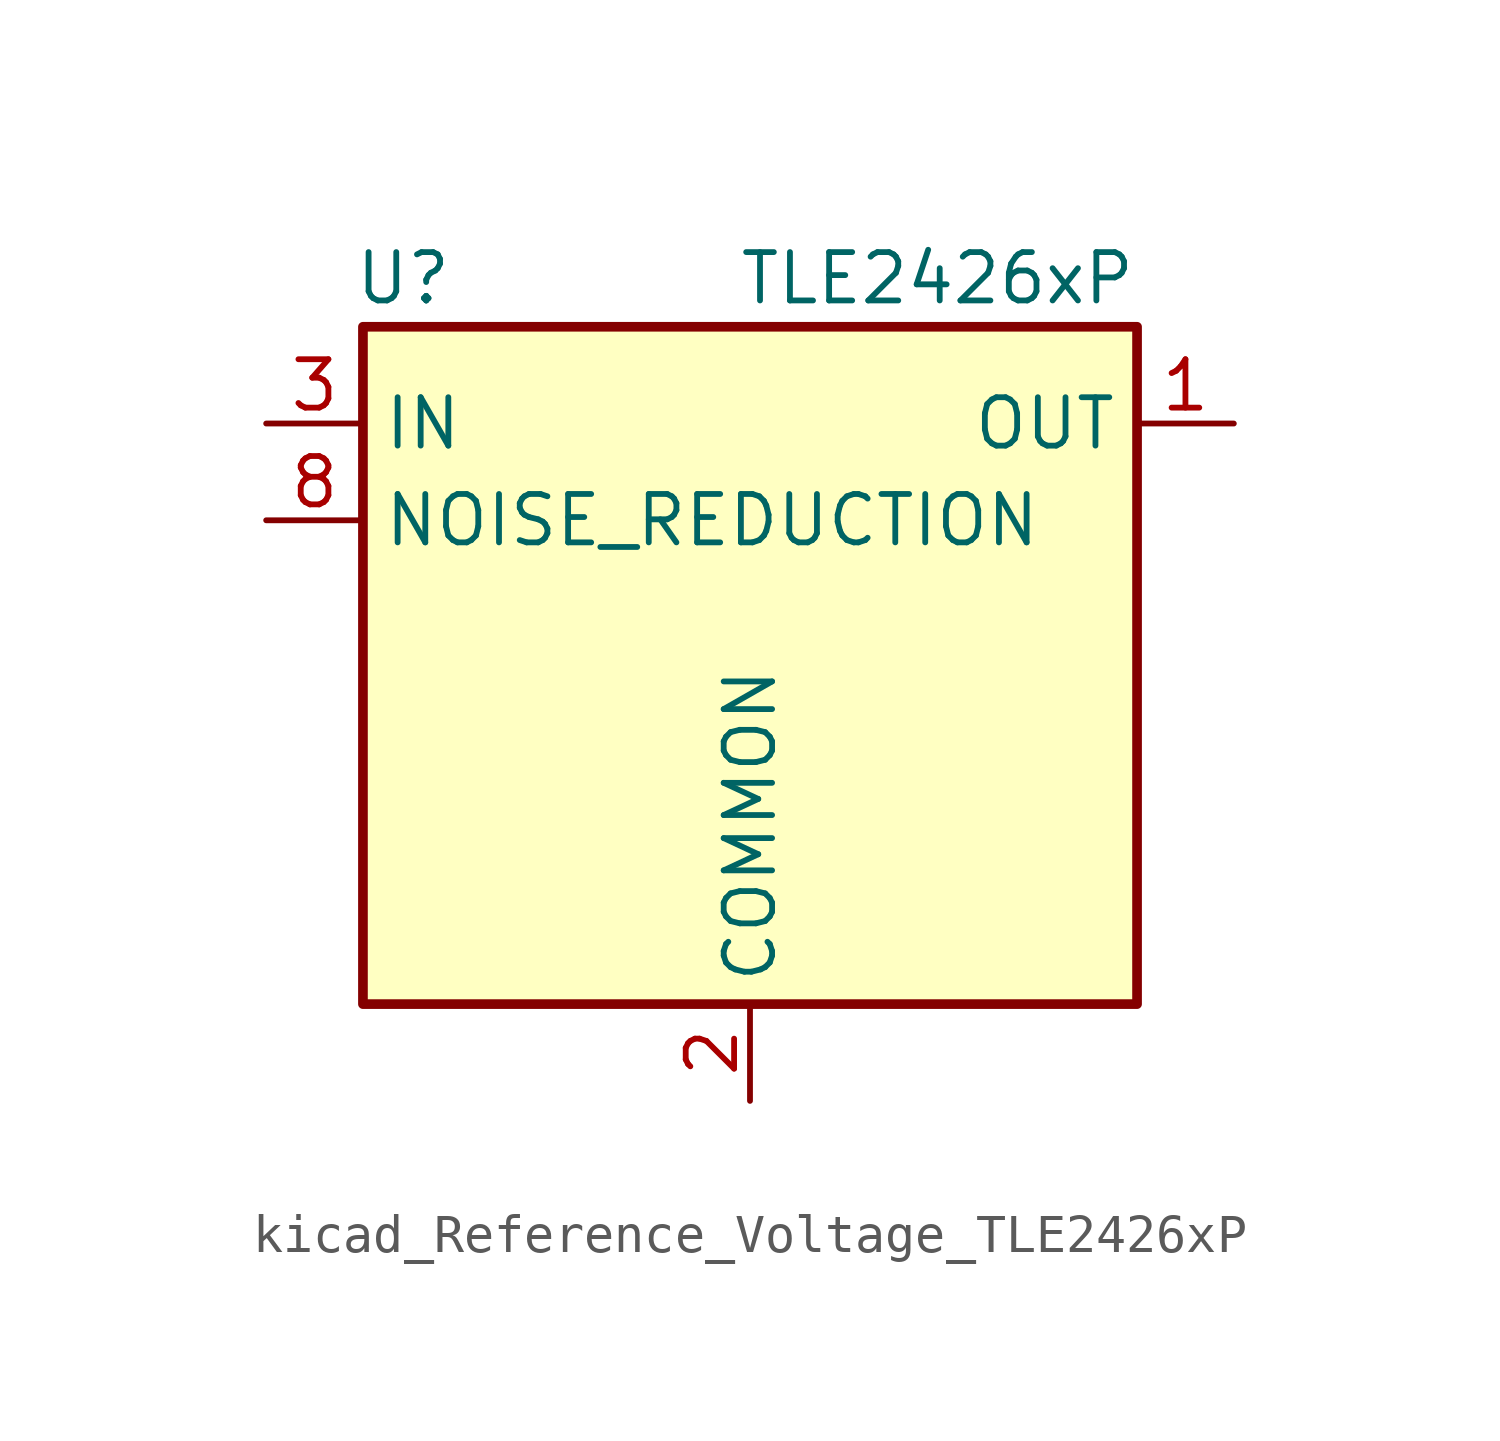
<source format=kicad_sym>
(kicad_symbol_lib
  (version 20220914)
  (generator kicad_symbol_editor)
  (symbol "kicad_Reference_Voltage_TLE2426xP"
    (property "Reference" "U"
      (at -10.414 8.89 0)
      (effects (font (size 1.27 1.27)) (justify left)))
    (property "Value" "TLE2426xP"
      (at 10.16 8.89 0)
      (effects (font (size 1.27 1.27)) (justify right)))
    (symbol "kicad_Reference_Voltage_TLE2426xP_0_1"
      (rectangle (start -10.16 7.62) (end 10.16 -10.16) (stroke (width 0.254) (type default)) (fill (type background))))
    (symbol "kicad_Reference_Voltage_TLE2426xP_1_1"
      (pin power_out line (at 12.7 5.08 180) (length 2.54) (name "OUT" (effects (font (size 1.27 1.27)))) (number "1" (effects (font (size 1.27 1.27)))))
      (pin power_in line (at 0 -12.7 90) (length 2.54) (name "COMMON" (effects (font (size 1.27 1.27)))) (number "2" (effects (font (size 1.27 1.27)))))
      (pin power_in line (at -12.7 5.08 0) (length 2.54) (name "IN" (effects (font (size 1.27 1.27)))) (number "3" (effects (font (size 1.27 1.27)))))
      (pin no_connect line (at -10.16 0 0) (length 2.54) hide (name "NC" (effects (font (size 1.27 1.27)))) (number "4" (effects (font (size 1.27 1.27)))))
      (pin no_connect line (at -10.16 -2.54 0) (length 2.54) hide (name "NC" (effects (font (size 1.27 1.27)))) (number "5" (effects (font (size 1.27 1.27)))))
      (pin no_connect line (at 10.16 0 180) (length 2.54) hide (name "NC" (effects (font (size 1.27 1.27)))) (number "6" (effects (font (size 1.27 1.27)))))
      (pin no_connect line (at 10.16 -2.54 180) (length 2.54) hide (name "NC" (effects (font (size 1.27 1.27)))) (number "7" (effects (font (size 1.27 1.27)))))
      (pin passive line (at -12.7 2.54 0) (length 2.54) (name "NOISE_REDUCTION" (effects (font (size 1.27 1.27)))) (number "8" (effects (font (size 1.27 1.27))))))))
</source>
